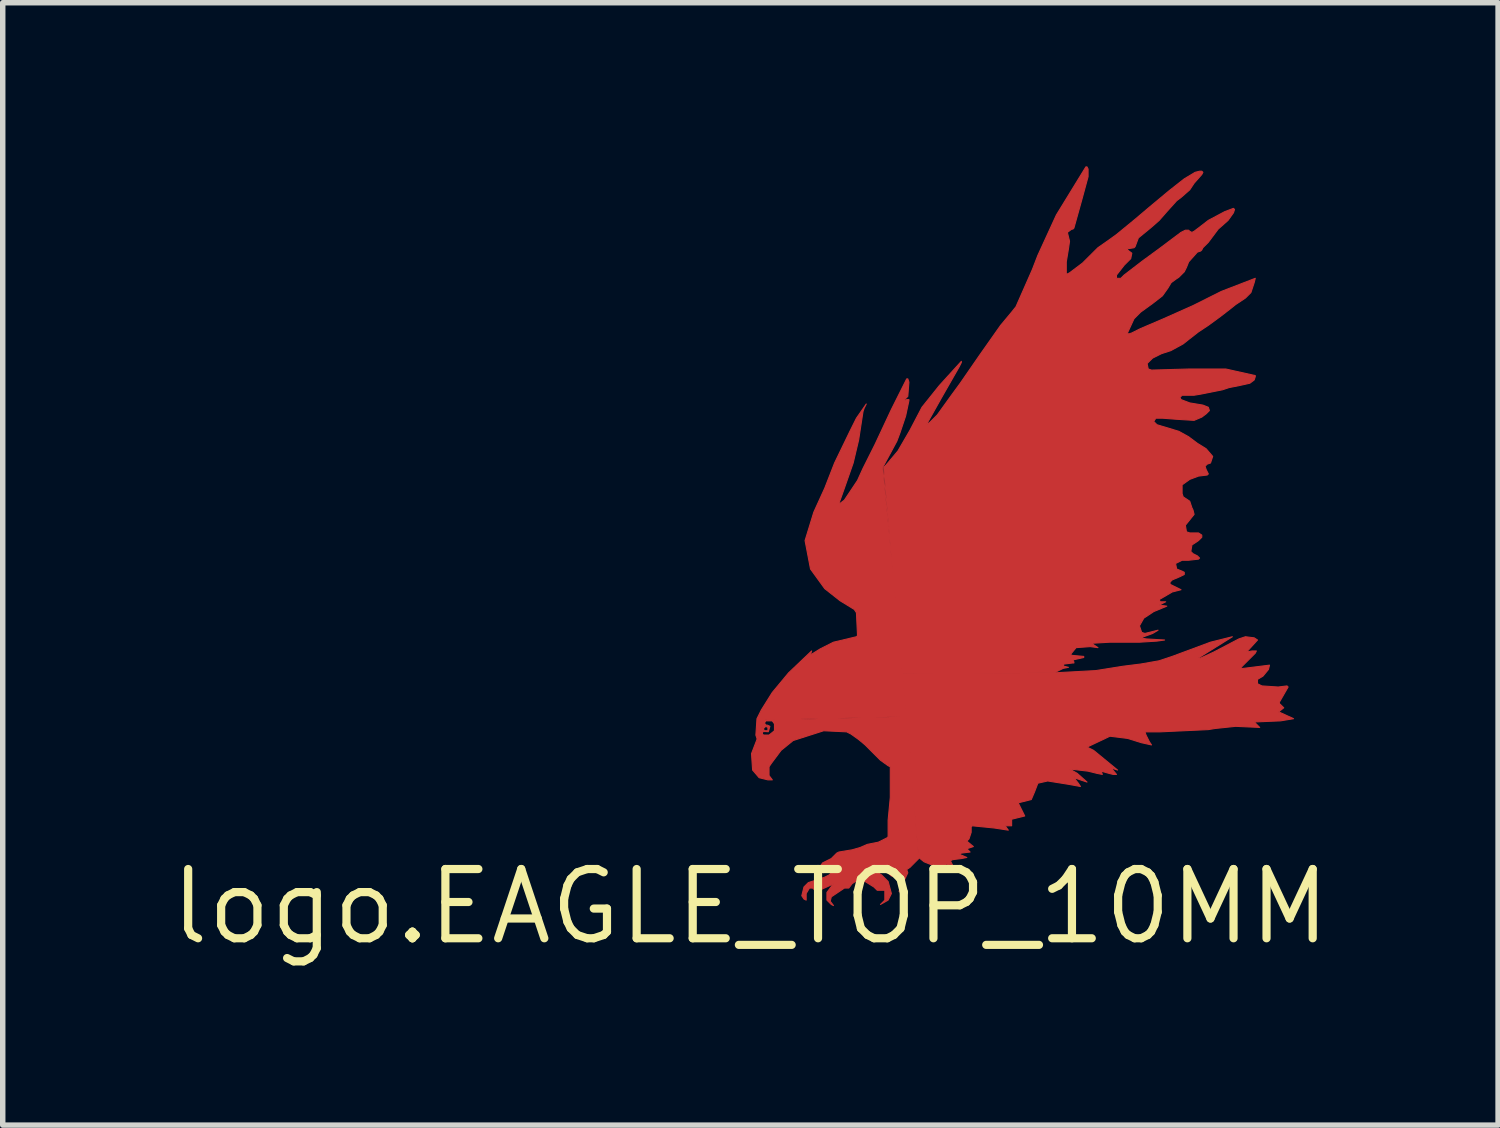
<source format=kicad_pcb>
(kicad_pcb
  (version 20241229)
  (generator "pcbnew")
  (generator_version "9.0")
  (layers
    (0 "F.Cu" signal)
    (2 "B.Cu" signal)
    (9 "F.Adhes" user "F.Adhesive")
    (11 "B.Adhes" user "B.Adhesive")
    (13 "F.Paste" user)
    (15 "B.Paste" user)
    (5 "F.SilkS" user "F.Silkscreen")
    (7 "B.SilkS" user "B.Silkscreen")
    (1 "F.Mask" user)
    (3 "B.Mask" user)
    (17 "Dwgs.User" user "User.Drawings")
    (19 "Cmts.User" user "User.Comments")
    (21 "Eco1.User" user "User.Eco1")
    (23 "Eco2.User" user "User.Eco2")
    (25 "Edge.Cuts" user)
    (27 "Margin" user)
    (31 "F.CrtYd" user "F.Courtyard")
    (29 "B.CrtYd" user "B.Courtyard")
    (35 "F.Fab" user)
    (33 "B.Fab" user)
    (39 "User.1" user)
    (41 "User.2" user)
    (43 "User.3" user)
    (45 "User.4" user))
  (footprint "logo.EAGLE_TOP_10MM"
    (layer "F.Cu")
    (at 10.712 13.577)
    (property "Reference" "logo.EAGLE_TOP_10MM" (at 0 0 0) (layer "F.SilkS") (effects (font (size 1.27 1.27) (thickness 0.15))))
    (fp_poly (pts (xy 0.2 -3.307) (xy 0.22 -3.347) (xy 0.261 -3.407) (xy 0.361 -3.447) (xy 0.461 -3.387) (xy 0.481 -3.226) (xy 0.381 -3.126) (xy 0.22 -3.126) (xy 0.18 -3.166) (xy 0.18 -3.267) (xy 0.22 -3.267) (xy 0.22 -3.226) (xy 0.22 -3.166) (xy 0.24 -3.146) (xy 0.341 -3.146) (xy 0.441 -3.226) (xy 0.461 -3.327) (xy 0.401 -3.407) (xy 0.281 -3.407) (xy 0.257 -3.365) (xy 0.285 -3.33) (xy 0.313 -3.328) (xy 0.357 -3.307) (xy 0.328 -3.208) (xy 0.261 -3.212) (xy 0.22 -3.206) (xy 0.242 -3.249) (xy 0.261 -3.226) (xy 0.321 -3.226) (xy 0.321 -3.287) (xy 0.281 -3.307) (xy 0.239 -3.267) (xy 0.24 -3.247)) (stroke (width 0.02) (type default)) (fill yes) (layer "F.Cu"))
    (fp_poly (pts (xy 2.786 -4.269) (xy 5.591 -4.289) (xy 6.333 -4.329) (xy 6.834 -4.409) (xy 7.154 -4.449) (xy 7.495 -4.509) (xy 7.735 -4.589) (xy 8.437 -4.85) (xy 8.838 -4.95) (xy 8.196 -4.549) (xy 8.236 -4.549) (xy 8.497 -4.669) (xy 8.958 -4.91) (xy 9.078 -4.95) (xy 9.238 -4.93) (xy 9.299 -4.89) (xy 9.098 -4.669) (xy 9.198 -4.689) (xy 9.278 -4.689) (xy 9.258 -4.649) (xy 8.998 -4.389) (xy 8.998 -4.369) (xy 9.038 -4.369) (xy 9.519 -4.429) (xy 9.499 -4.349) (xy 9.399 -4.228) (xy 9.299 -4.168) (xy 9.299 -4.088) (xy 9.379 -4.048) (xy 9.679 -4.028) (xy 9.84 -4.048) (xy 9.86 -4.028) (xy 9.699 -3.748) (xy 9.699 -3.727) (xy 9.78 -3.647) (xy 9.679 -3.567) (xy 9.699 -3.567) (xy 9.96 -3.447) (xy 9.719 -3.407) (xy 9.238 -3.387) (xy 9.339 -3.287) (xy 8.898 -3.307) (xy 8.517 -3.267) (xy 8.397 -3.247) (xy 7.515 -3.206) (xy 7.234 -3.206) (xy 7.255 -3.146) (xy 7.315 -3.026) (xy 7.355 -2.966) (xy 7.174 -3.006) (xy 6.914 -3.086) (xy 6.593 -3.126) (xy 6.172 -2.926) (xy 6.293 -2.866) (xy 6.733 -2.505) (xy 6.613 -2.545) (xy 6.713 -2.425) (xy 6.653 -2.425) (xy 6.573 -2.445) (xy 6.433 -2.485) (xy 6.453 -2.425) (xy 6.353 -2.445) (xy 6.192 -2.485) (xy 5.852 -2.525) (xy 5.992 -2.445) (xy 6.172 -2.285) (xy 5.932 -2.365) (xy 6.012 -2.264) (xy 6.052 -2.204) (xy 5.832 -2.244) (xy 5.451 -2.305) (xy 5.271 -2.264) (xy 5.21 -2.104) (xy 5.15 -1.964) (xy 4.91 -1.904) (xy 5.03 -1.663) (xy 4.79 -1.603) (xy 4.79 -1.483) (xy 4.669 -1.483) (xy 4.729 -1.403) (xy 4.469 -1.443) (xy 4.068 -1.483) (xy 4.048 -1.463) (xy 4.048 -1.403) (xy 4.048 -1.363) (xy 4.008 -1.242) (xy 3.968 -1.202) (xy 4.088 -1.102) (xy 3.968 -1.062) (xy 4.028 -1.002) (xy 3.868 -0.982) (xy 3.828 -0.962) (xy 3.968 -0.902) (xy 3.868 -0.882) (xy 3.707 -0.862) (xy 3.667 -0.842) (xy 3.707 -0.761) (xy 3.567 -0.782) (xy 3.587 -0.742) (xy 3.707 -0.641) (xy 3.587 -0.661) (xy 3.186 -0.822) (xy 3.086 -0.902)) (stroke (width 0.02) (type default)) (fill yes) (layer "F.Cu"))
    (fp_poly (pts (xy 1.022 -0.12) (xy 0.982 -0.14) (xy 0.942 -0.2) (xy 0.982 -0.361) (xy 1.062 -0.441) (xy 1.242 -0.501) (xy 1.363 -0.541) (xy 1.443 -0.581) (xy 1.503 -0.641) (xy 1.483 -0.742) (xy 1.403 -0.761) (xy 1.343 -0.721) (xy 1.343 -0.621) (xy 1.303 -0.661) (xy 1.283 -0.742) (xy 1.323 -0.802) (xy 1.403 -0.842) (xy 1.483 -0.882) (xy 1.523 -0.922) (xy 1.583 -0.982) (xy 1.623 -1.002) (xy 1.864 -1.042) (xy 2.004 -1.082) (xy 2.144 -1.142) (xy 2.244 -1.162) (xy 2.345 -1.182) (xy 2.505 -1.262) (xy 2.525 -1.283) (xy 2.525 -1.583) (xy 2.565 -2.004) (xy 2.565 -2.565) (xy 2.525 -2.585) (xy 2.385 -2.685) (xy 2.244 -2.826) (xy 2.104 -2.966) (xy 1.984 -3.066) (xy 1.844 -3.166) (xy 1.764 -3.206) (xy 1.343 -3.226) (xy 0.782 -3.046) (xy 0.561 -2.866) (xy 0.381 -2.625) (xy 0.341 -2.565) (xy 0.341 -2.405) (xy 0.401 -2.325) (xy 0.321 -2.325) (xy 0.16 -2.365) (xy 0.04 -2.505) (xy 0.02 -2.806) (xy 0.12 -3.066) (xy 0.12 -3.086) (xy 0.1 -3.146) (xy 0.12 -3.447) (xy 0.2 -3.607) (xy 0.401 -3.928) (xy 0.701 -4.289) (xy 1.122 -4.689) (xy 1.102 -4.629) (xy 1.122 -4.629) (xy 1.283 -4.729) (xy 1.523 -4.85) (xy 1.944 -4.95) (xy 1.964 -4.97) (xy 1.944 -5.391) (xy 1.904 -5.451) (xy 1.643 -5.611) (xy 1.363 -5.832) (xy 1.102 -6.192) (xy 1.002 -6.713) (xy 1.162 -7.234) (xy 1.363 -7.675) (xy 1.543 -8.136) (xy 1.824 -8.717) (xy 1.944 -8.958) (xy 2.124 -9.218) (xy 2.084 -9.138) (xy 2.064 -9.078) (xy 1.984 -8.557) (xy 1.884 -8.136) (xy 1.723 -7.675) (xy 1.623 -7.395) (xy 1.643 -7.395) (xy 1.723 -7.455) (xy 1.964 -7.816) (xy 2.064 -8.036) (xy 2.285 -8.477) (xy 2.585 -9.118) (xy 2.866 -9.679) (xy 2.886 -9.679) (xy 2.906 -9.619) (xy 2.886 -9.359) (xy 2.826 -9.299) (xy 2.826 -9.278) (xy 2.866 -9.299) (xy 2.906 -9.299) (xy 2.906 -9.278) (xy 2.846 -8.998) (xy 2.745 -8.697) (xy 2.685 -8.537) (xy 2.545 -8.277) (xy 2.425 -8.056) (xy 2.866 -3.487) (xy 0.281 -3.427) (xy 0.2 -3.307) (xy 0.2 -3.206) (xy 0.22 -3.146) (xy 0.261 -3.126) (xy 0.341 -3.126) (xy 0.441 -3.206) (xy 0.441 -3.387) (xy 0.401 -3.427) (xy 0.701 -3.427) (xy 2.866 -3.487) (xy 3.086 -0.882) (xy 2.926 -0.721) (xy 2.866 -0.681) (xy 2.886 -0.621) (xy 2.725 -0.281) (xy 2.786 -0.341) (xy 2.786 -0.561) (xy 2.585 -0.561) (xy 2.565 -0.581) (xy 2.465 -0.701) (xy 2.365 -0.721) (xy 2.285 -0.661) (xy 2.405 -0.581) (xy 2.525 -0.461) (xy 2.585 -0.24) (xy 2.525 -0.12) (xy 2.385 -0.04) (xy 2.465 -0.12) (xy 2.465 -0.301) (xy 2.325 -0.301) (xy 2.264 -0.361) (xy 2.104 -0.461) (xy 1.924 -0.461) (xy 1.864 -0.421) (xy 1.804 -0.341) (xy 1.723 -0.341) (xy 1.543 -0.22) (xy 1.483 -0.18) (xy 1.463 -0.1) (xy 1.523 -0.02) (xy 1.483 -0.04) (xy 1.403 -0.12) (xy 1.403 -0.261) (xy 1.523 -0.421) (xy 1.443 -0.381) (xy 1.222 -0.281) (xy 1.202 -0.281) (xy 1.142 -0.341) (xy 1.082 -0.341) (xy 1.022 -0.24)) (stroke (width 0.02) (type default)) (fill yes) (layer "F.Cu"))
    (fp_poly (pts (xy 2.445 -8.056) (xy 2.485 -8.096) (xy 2.705 -8.357) (xy 2.926 -8.737) (xy 3.146 -9.158) (xy 3.467 -9.559) (xy 3.868 -10) (xy 3.868 -9.98) (xy 3.828 -9.9) (xy 3.507 -9.339) (xy 3.226 -8.838) (xy 3.287 -8.878) (xy 3.427 -9.018) (xy 3.687 -9.379) (xy 3.848 -9.599) (xy 4.208 -10.12) (xy 4.589 -10.661) (xy 4.79 -10.902) (xy 4.87 -11.002) (xy 5.17 -11.683) (xy 5.271 -11.944) (xy 5.611 -12.685) (xy 6.152 -13.567) (xy 6.172 -13.567) (xy 6.192 -13.527) (xy 6.192 -13.387) (xy 6.072 -12.946) (xy 5.932 -12.445) (xy 5.912 -12.425) (xy 5.892 -12.425) (xy 5.812 -12.365) (xy 5.832 -12.284) (xy 5.852 -12.204) (xy 5.832 -12.064) (xy 5.792 -11.824) (xy 5.792 -11.603) (xy 5.812 -11.603) (xy 5.852 -11.623) (xy 6.092 -11.804) (xy 6.373 -12.084) (xy 6.573 -12.224) (xy 6.713 -12.325) (xy 7.054 -12.605) (xy 7.315 -12.826) (xy 7.675 -13.126) (xy 7.956 -13.347) (xy 8.156 -13.467) (xy 8.236 -13.487) (xy 8.277 -13.487) (xy 8.297 -13.467) (xy 8.277 -13.427) (xy 8.136 -13.267) (xy 8.056 -13.146) (xy 7.896 -13.006) (xy 7.816 -12.946) (xy 7.635 -12.745) (xy 7.495 -12.585) (xy 7.335 -12.445) (xy 7.114 -12.264) (xy 7.054 -12.104) (xy 7.034 -12.084) (xy 6.914 -12.064) (xy 6.914 -12.044) (xy 6.994 -11.984) (xy 6.974 -11.884) (xy 6.854 -11.764) (xy 6.713 -11.583) (xy 6.713 -11.523) (xy 6.794 -11.523) (xy 6.854 -11.583) (xy 7.194 -11.844) (xy 7.495 -12.064) (xy 7.896 -12.365) (xy 7.976 -12.405) (xy 8.036 -12.405) (xy 8.056 -12.385) (xy 8.096 -12.365) (xy 8.136 -12.385) (xy 8.216 -12.445) (xy 8.397 -12.585) (xy 8.697 -12.745) (xy 8.858 -12.806) (xy 8.878 -12.786) (xy 8.858 -12.725) (xy 8.758 -12.585) (xy 8.577 -12.425) (xy 8.397 -12.184) (xy 8.297 -12.084) (xy 8.277 -12.044) (xy 8.257 -12.024) (xy 8.196 -12.004) (xy 8.036 -11.824) (xy 7.996 -11.723) (xy 7.956 -11.643) (xy 7.856 -11.543) (xy 7.796 -11.503) (xy 7.715 -11.443) (xy 7.655 -11.343) (xy 7.555 -11.202) (xy 7.375 -11.062) (xy 7.154 -10.902) (xy 7.034 -10.781) (xy 6.914 -10.521) (xy 6.934 -10.501) (xy 6.994 -10.521) (xy 7.154 -10.601) (xy 7.575 -10.781) (xy 8.116 -11.022) (xy 8.637 -11.283) (xy 9.258 -11.523) (xy 9.238 -11.443) (xy 9.178 -11.262) (xy 9.078 -11.162) (xy 8.898 -11.042) (xy 8.798 -10.962) (xy 8.617 -10.822) (xy 8.397 -10.661) (xy 8.216 -10.541) (xy 8.036 -10.401) (xy 7.936 -10.321) (xy 7.715 -10.2) (xy 7.535 -10.14) (xy 7.375 -10.06) (xy 7.274 -9.96) (xy 7.295 -9.86) (xy 7.355 -9.84) (xy 8.056 -9.86) (xy 8.717 -9.86) (xy 9.258 -9.739) (xy 9.258 -9.719) (xy 9.238 -9.659) (xy 9.158 -9.599) (xy 8.978 -9.559) (xy 8.777 -9.519) (xy 8.657 -9.479) (xy 8.457 -9.439) (xy 8.257 -9.399) (xy 8.136 -9.379) (xy 7.916 -9.379) (xy 7.876 -9.339) (xy 7.896 -9.299) (xy 8.056 -9.238) (xy 8.297 -9.198) (xy 8.397 -9.158) (xy 8.417 -9.098) (xy 8.357 -9.038) (xy 8.277 -8.978) (xy 8.136 -8.918) (xy 7.816 -8.938) (xy 7.555 -8.958) (xy 7.435 -8.958) (xy 7.395 -8.898) (xy 7.455 -8.838) (xy 7.856 -8.717) (xy 8.036 -8.617) (xy 8.196 -8.497) (xy 8.357 -8.397) (xy 8.477 -8.257) (xy 8.437 -8.136) (xy 8.377 -8.116) (xy 8.337 -8.076) (xy 8.357 -8.016) (xy 8.397 -7.936) (xy 8.377 -7.916) (xy 8.216 -7.896) (xy 8.056 -7.836) (xy 7.916 -7.735) (xy 7.916 -7.695) (xy 7.916 -7.575) (xy 7.936 -7.515) (xy 8.056 -7.435) (xy 8.096 -7.315) (xy 8.116 -7.274) (xy 8.136 -7.194) (xy 8.056 -7.094) (xy 7.976 -6.994) (xy 7.996 -6.874) (xy 8.056 -6.854) (xy 8.216 -6.854) (xy 8.277 -6.814) (xy 8.277 -6.774) (xy 8.216 -6.713) (xy 8.096 -6.633) (xy 8.076 -6.513) (xy 8.116 -6.473) (xy 8.196 -6.433) (xy 8.236 -6.393) (xy 8.216 -6.373) (xy 8.036 -6.353) (xy 7.916 -6.353) (xy 7.796 -6.293) (xy 7.816 -6.192) (xy 7.916 -6.152) (xy 7.956 -6.132) (xy 7.956 -6.092) (xy 7.876 -6.052) (xy 7.735 -5.992) (xy 7.695 -5.952) (xy 7.695 -5.912) (xy 7.735 -5.892) (xy 7.896 -5.812) (xy 7.735 -5.771) (xy 7.495 -5.631) (xy 7.515 -5.591) (xy 7.615 -5.591) (xy 7.495 -5.531) (xy 7.635 -5.511) (xy 7.395 -5.411) (xy 7.214 -5.291) (xy 7.134 -5.15) (xy 7.174 -5.03) (xy 7.234 -5.01) (xy 7.475 -5.07) (xy 7.375 -5.01) (xy 7.154 -4.93) (xy 7.255 -4.91) (xy 7.595 -4.89) (xy 7.455 -4.87) (xy 7.134 -4.85) (xy 6.593 -4.85) (xy 6.253 -4.83) (xy 6.373 -4.75) (xy 6.232 -4.769) (xy 5.972 -4.75) (xy 5.872 -4.629) (xy 5.892 -4.609) (xy 6.112 -4.589) (xy 6.112 -4.569) (xy 5.932 -4.529) (xy 5.912 -4.509) (xy 5.932 -4.489) (xy 5.932 -4.469) (xy 5.912 -4.469) (xy 5.752 -4.449) (xy 5.731 -4.429) (xy 5.752 -4.409) (xy 5.832 -4.389) (xy 5.731 -4.369) (xy 5.571 -4.289) (xy 2.765 -4.269)) (stroke (width 0.02) (type default)) (fill yes) (layer "F.Cu")))
  (gr_rect
    (start -3 -3)
    (end 24.423 17.583)
    (stroke (width 0.1) (type default))
    (fill no)
    (layer "Edge.Cuts")))
</source>
